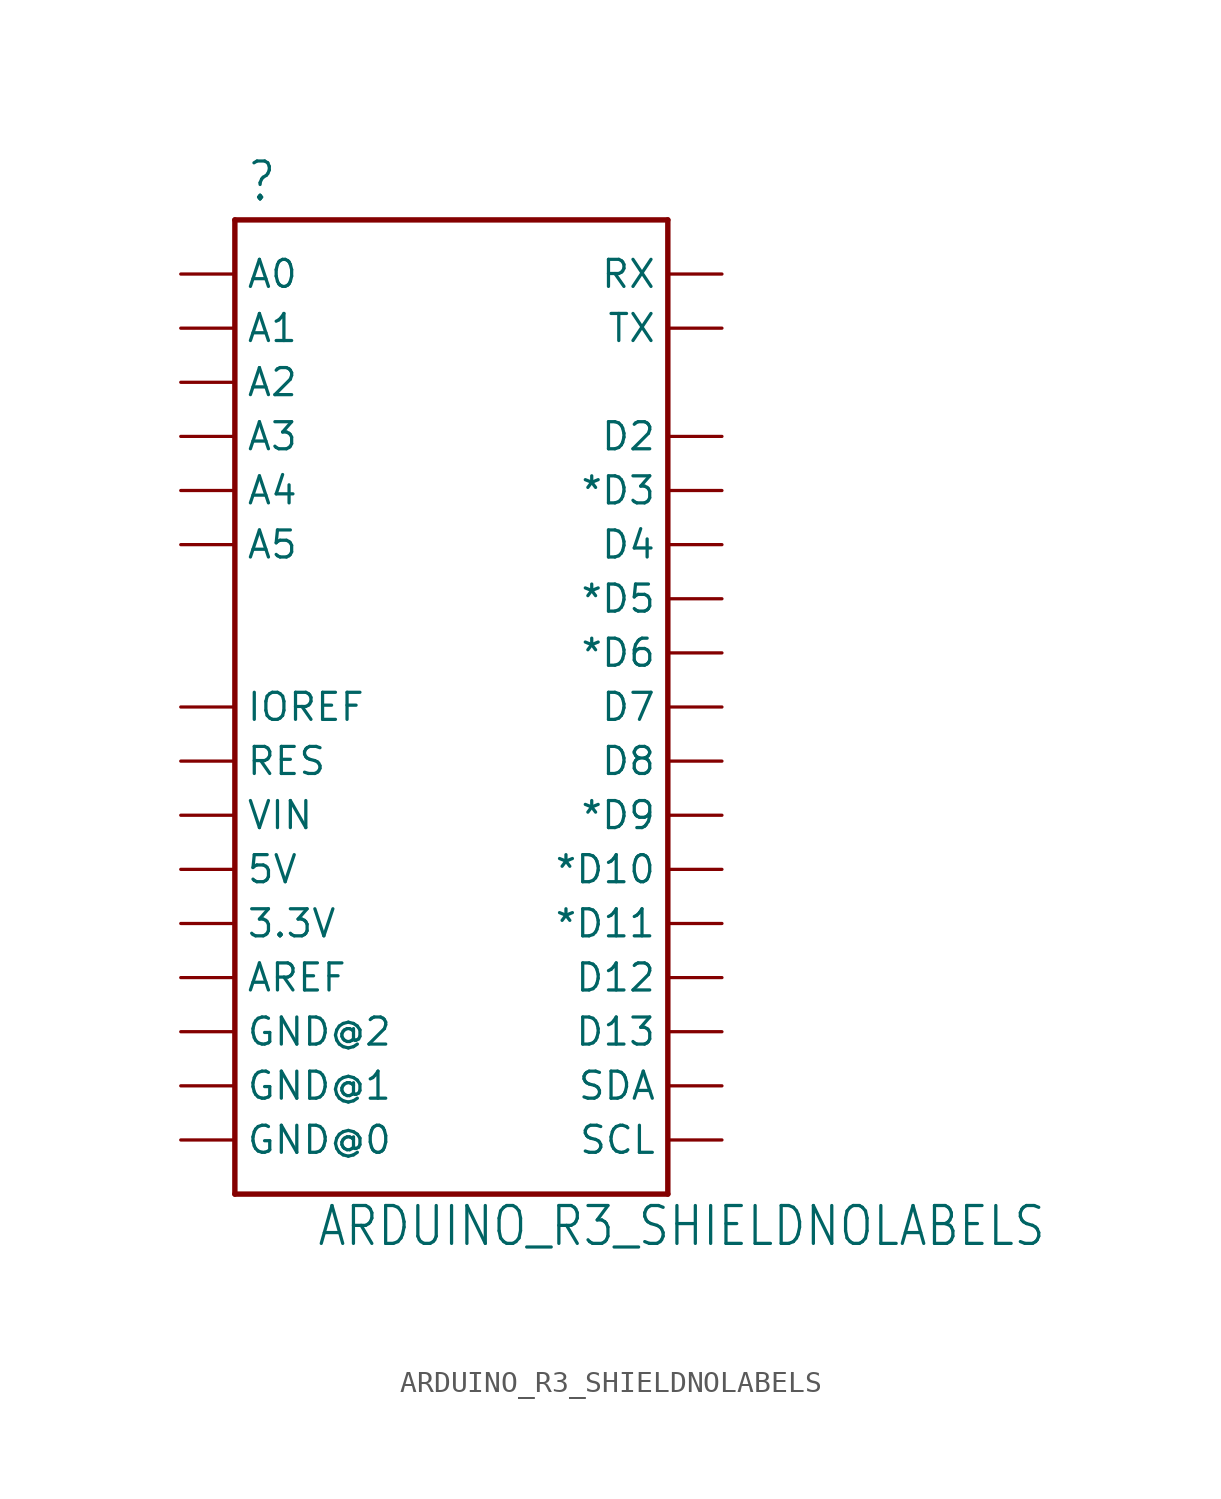
<source format=kicad_sym>
(kicad_symbol_lib
  (version 20211014)
  (generator kicad_symbol_editor)
  (symbol "ARDUINO_R3_SHIELDNOLABELS"
    (property "Reference" ""
      (at -9.652 21.082 0)
      (effects (font (size 1.778 1.511)) (justify left bottom)))
    (property "Value" "ARDUINO_R3_SHIELDNOLABELS"
      (at -6.35 -27.94 0)
      (effects (font (size 1.778 1.511)) (justify left bottom)))
    (property "ki_locked" ""
      (at 0 0 0)
      (effects (font (size 1.27 1.27))))
    (symbol "ARDUINO_R3_SHIELDNOLABELS_1_0"
      (polyline (pts (xy -10.16 -25.4) (xy -10.16 20.32)) (stroke (width 0.254) (type default) (color 0 0 0 0)) (fill (type none)))
      (polyline (pts (xy -10.16 20.32) (xy 10.16 20.32)) (stroke (width 0.254) (type default) (color 0 0 0 0)) (fill (type none)))
      (polyline (pts (xy 10.16 -25.4) (xy -10.16 -25.4)) (stroke (width 0.254) (type default) (color 0 0 0 0)) (fill (type none)))
      (polyline (pts (xy 10.16 20.32) (xy 10.16 -25.4)) (stroke (width 0.254) (type default) (color 0 0 0 0)) (fill (type none)))
      (pin bidirectional line (at -12.7 -12.7 0) (length 2.54) (name "3.3V" (effects (font (size 1.27 1.27)))) (number "3.3V" (effects (font (size 0 0)))))
      (pin bidirectional line (at -12.7 -10.16 0) (length 2.54) (name "5V" (effects (font (size 1.27 1.27)))) (number "5V" (effects (font (size 0 0)))))
      (pin bidirectional line (at -12.7 17.78 0) (length 2.54) (name "A0" (effects (font (size 1.27 1.27)))) (number "A0" (effects (font (size 0 0)))))
      (pin bidirectional line (at -12.7 15.24 0) (length 2.54) (name "A1" (effects (font (size 1.27 1.27)))) (number "A1" (effects (font (size 0 0)))))
      (pin bidirectional line (at -12.7 12.7 0) (length 2.54) (name "A2" (effects (font (size 1.27 1.27)))) (number "A2" (effects (font (size 0 0)))))
      (pin bidirectional line (at -12.7 10.16 0) (length 2.54) (name "A3" (effects (font (size 1.27 1.27)))) (number "A3" (effects (font (size 0 0)))))
      (pin bidirectional line (at -12.7 7.62 0) (length 2.54) (name "A4" (effects (font (size 1.27 1.27)))) (number "A4" (effects (font (size 0 0)))))
      (pin bidirectional line (at -12.7 5.08 0) (length 2.54) (name "A5" (effects (font (size 1.27 1.27)))) (number "A5" (effects (font (size 0 0)))))
      (pin bidirectional line (at -12.7 -15.24 0) (length 2.54) (name "AREF" (effects (font (size 1.27 1.27)))) (number "AREF" (effects (font (size 0 0)))))
      (pin bidirectional line (at 12.7 -10.16 180) (length 2.54) (name "*D10" (effects (font (size 1.27 1.27)))) (number "D10" (effects (font (size 0 0)))))
      (pin bidirectional line (at 12.7 -12.7 180) (length 2.54) (name "*D11" (effects (font (size 1.27 1.27)))) (number "D11" (effects (font (size 0 0)))))
      (pin bidirectional line (at 12.7 -15.24 180) (length 2.54) (name "D12" (effects (font (size 1.27 1.27)))) (number "D12" (effects (font (size 0 0)))))
      (pin bidirectional line (at 12.7 -17.78 180) (length 2.54) (name "D13" (effects (font (size 1.27 1.27)))) (number "D13" (effects (font (size 0 0)))))
      (pin bidirectional line (at 12.7 10.16 180) (length 2.54) (name "D2" (effects (font (size 1.27 1.27)))) (number "D2" (effects (font (size 0 0)))))
      (pin bidirectional line (at 12.7 7.62 180) (length 2.54) (name "*D3" (effects (font (size 1.27 1.27)))) (number "D3" (effects (font (size 0 0)))))
      (pin bidirectional line (at 12.7 5.08 180) (length 2.54) (name "D4" (effects (font (size 1.27 1.27)))) (number "D4" (effects (font (size 0 0)))))
      (pin bidirectional line (at 12.7 2.54 180) (length 2.54) (name "*D5" (effects (font (size 1.27 1.27)))) (number "D5" (effects (font (size 0 0)))))
      (pin bidirectional line (at 12.7 0 180) (length 2.54) (name "*D6" (effects (font (size 1.27 1.27)))) (number "D6" (effects (font (size 0 0)))))
      (pin bidirectional line (at 12.7 -2.54 180) (length 2.54) (name "D7" (effects (font (size 1.27 1.27)))) (number "D7" (effects (font (size 0 0)))))
      (pin bidirectional line (at 12.7 -5.08 180) (length 2.54) (name "D8" (effects (font (size 1.27 1.27)))) (number "D8" (effects (font (size 0 0)))))
      (pin bidirectional line (at 12.7 -7.62 180) (length 2.54) (name "*D9" (effects (font (size 1.27 1.27)))) (number "D9" (effects (font (size 0 0)))))
      (pin bidirectional line (at -12.7 -22.86 0) (length 2.54) (name "GND@0" (effects (font (size 1.27 1.27)))) (number "GND@0" (effects (font (size 0 0)))))
      (pin bidirectional line (at -12.7 -20.32 0) (length 2.54) (name "GND@1" (effects (font (size 1.27 1.27)))) (number "GND@1" (effects (font (size 0 0)))))
      (pin bidirectional line (at -12.7 -17.78 0) (length 2.54) (name "GND@2" (effects (font (size 1.27 1.27)))) (number "GND@2" (effects (font (size 0 0)))))
      (pin bidirectional line (at -12.7 -2.54 0) (length 2.54) (name "IOREF" (effects (font (size 1.27 1.27)))) (number "IOREF" (effects (font (size 0 0)))))
      (pin bidirectional line (at -12.7 -5.08 0) (length 2.54) (name "RES" (effects (font (size 1.27 1.27)))) (number "RES" (effects (font (size 0 0)))))
      (pin bidirectional line (at 12.7 17.78 180) (length 2.54) (name "RX" (effects (font (size 1.27 1.27)))) (number "RX" (effects (font (size 0 0)))))
      (pin bidirectional line (at 12.7 -22.86 180) (length 2.54) (name "SCL" (effects (font (size 1.27 1.27)))) (number "SCL" (effects (font (size 0 0)))))
      (pin bidirectional line (at 12.7 -20.32 180) (length 2.54) (name "SDA" (effects (font (size 1.27 1.27)))) (number "SDA" (effects (font (size 0 0)))))
      (pin bidirectional line (at 12.7 15.24 180) (length 2.54) (name "TX" (effects (font (size 1.27 1.27)))) (number "TX" (effects (font (size 0 0)))))
      (pin bidirectional line (at -12.7 -7.62 0) (length 2.54) (name "VIN" (effects (font (size 1.27 1.27)))) (number "VIN" (effects (font (size 0 0))))))))
</source>
